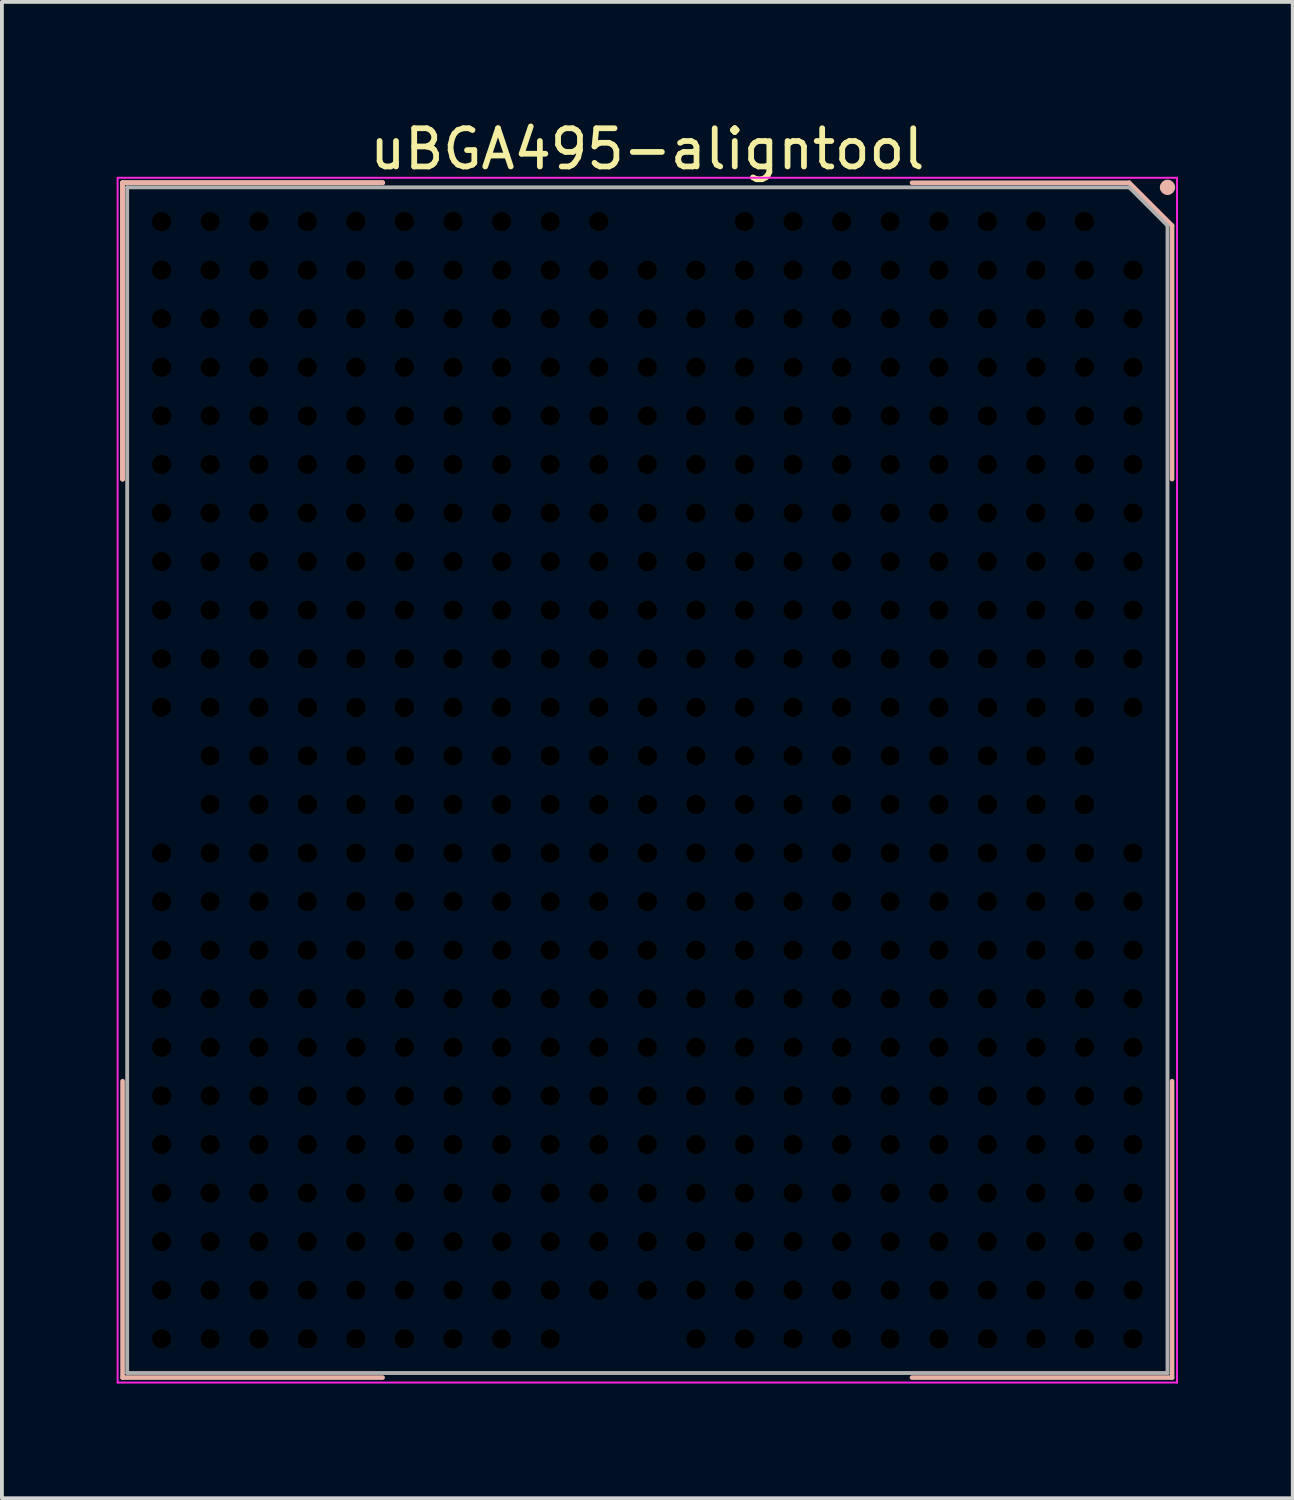
<source format=kicad_pcb>
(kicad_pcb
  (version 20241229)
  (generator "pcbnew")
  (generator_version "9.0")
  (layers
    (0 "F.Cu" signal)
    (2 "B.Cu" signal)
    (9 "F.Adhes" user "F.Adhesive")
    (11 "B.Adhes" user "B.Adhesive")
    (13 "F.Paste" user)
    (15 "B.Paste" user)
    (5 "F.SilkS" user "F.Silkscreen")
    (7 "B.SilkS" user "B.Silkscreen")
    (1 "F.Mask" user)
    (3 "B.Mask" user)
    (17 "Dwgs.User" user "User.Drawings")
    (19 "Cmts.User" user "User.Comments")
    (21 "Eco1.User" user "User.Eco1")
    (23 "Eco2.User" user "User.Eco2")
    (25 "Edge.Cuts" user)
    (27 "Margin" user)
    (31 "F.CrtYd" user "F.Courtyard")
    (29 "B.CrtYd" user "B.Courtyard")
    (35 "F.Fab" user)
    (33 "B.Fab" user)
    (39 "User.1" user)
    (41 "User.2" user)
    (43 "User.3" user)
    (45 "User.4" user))
  (footprint "uBGA495-aligntool"
    (layer "F.Cu")
    (at 13.875 15.808)
    (property "Reference" "uBGA495-aligntool" (at 0 -14.96 180) (layer "F.SilkS") (effects (font (size 1 1) (thickness 0.15))))
    (attr smd exclude_from_bom allow_missing_courtyard)
    (fp_line (start -13.72 -14.08) (end -13.72 -6.33) (stroke (width 0.12) (type solid)) (layer "B.SilkS"))
    (fp_line (start -13.72 -14.08) (end -13.72 -6.33) (stroke (width 0.12) (type solid)) (layer "B.SilkS"))
    (fp_line (start -13.72 -14.08) (end -13.72 -6.33) (stroke (width 0.12) (type solid)) (layer "B.SilkS"))
    (fp_line (start -13.72 17.16) (end -13.72 9.41) (stroke (width 0.12) (type solid)) (layer "B.SilkS"))
    (fp_line (start -6.92 -14.08) (end -13.72 -14.08) (stroke (width 0.12) (type solid)) (layer "B.SilkS"))
    (fp_line (start -6.92 -14.08) (end -13.72 -14.08) (stroke (width 0.12) (type solid)) (layer "B.SilkS"))
    (fp_line (start -6.92 -14.08) (end -13.72 -14.08) (stroke (width 0.12) (type solid)) (layer "B.SilkS"))
    (fp_line (start -6.92 17.16) (end -13.72 17.16) (stroke (width 0.12) (type solid)) (layer "B.SilkS"))
    (fp_line (start 6.92 -14.08) (end 12.6 -14.08) (stroke (width 0.12) (type solid)) (layer "B.SilkS"))
    (fp_line (start 6.92 17.16) (end 13.72 17.16) (stroke (width 0.12) (type solid)) (layer "B.SilkS"))
    (fp_line (start 12.6 -14.08) (end 13.72 -12.96) (stroke (width 0.12) (type solid)) (layer "B.SilkS"))
    (fp_line (start 13.72 -12.96) (end 13.72 -6.33) (stroke (width 0.12) (type solid)) (layer "B.SilkS"))
    (fp_line (start 13.72 17.16) (end 13.72 9.41) (stroke (width 0.12) (type solid)) (layer "B.SilkS"))
    (fp_circle (center 13.6 -13.96) (end 13.6 -13.86) (stroke (width 0.2) (type solid)) (fill no) (layer "B.SilkS"))
    (fp_line (start -13.85 -14.21) (end -13.85 17.29) (stroke (width 0.05) (type solid)) (layer "F.CrtYd"))
    (fp_line (start -13.85 17.29) (end 13.85 17.29) (stroke (width 0.05) (type solid)) (layer "F.CrtYd"))
    (fp_line (start 13.85 -14.21) (end -13.85 -14.21) (stroke (width 0.05) (type solid)) (layer "F.CrtYd"))
    (fp_line (start 13.85 17.29) (end 13.85 -14.21) (stroke (width 0.05) (type solid)) (layer "F.CrtYd"))
    (fp_line (start -13.6 -13.96) (end 12.6 -13.96) (stroke (width 0.1) (type solid)) (layer "F.Fab"))
    (fp_line (start -13.6 17.04) (end -13.6 -13.96) (stroke (width 0.1) (type solid)) (layer "F.Fab"))
    (fp_line (start 12.6 -13.96) (end 13.6 -12.96) (stroke (width 0.1) (type solid)) (layer "F.Fab"))
    (fp_line (start 13.6 -12.96) (end 13.6 17.04) (stroke (width 0.1) (type solid)) (layer "F.Fab"))
    (fp_line (start 13.6 17.04) (end -13.6 17.04) (stroke (width 0.1) (type solid)) (layer "F.Fab"))
    (pad "" np_thru_hole circle (at -12.7 -13.065) (size 0.5 0.5) (drill 0.7) (layers "*.Mask"))
    (pad "" np_thru_hole circle (at -12.7 -11.795) (size 0.5 0.5) (drill 0.7) (layers "*.Mask"))
    (pad "" np_thru_hole circle (at -12.7 -10.525) (size 0.5 0.5) (drill 0.7) (layers "*.Mask"))
    (pad "" np_thru_hole circle (at -12.7 -9.255) (size 0.5 0.5) (drill 0.7) (layers "*.Mask"))
    (pad "" np_thru_hole circle (at -12.7 -7.985) (size 0.5 0.5) (drill 0.7) (layers "*.Mask"))
    (pad "" np_thru_hole circle (at -12.7 -6.715) (size 0.5 0.5) (drill 0.7) (layers "*.Mask"))
    (pad "" np_thru_hole circle (at -12.7 -5.445) (size 0.5 0.5) (drill 0.7) (layers "*.Mask"))
    (pad "" np_thru_hole circle (at -12.7 -4.175) (size 0.5 0.5) (drill 0.7) (layers "*.Mask"))
    (pad "" np_thru_hole circle (at -12.7 -2.905) (size 0.5 0.5) (drill 0.7) (layers "*.Mask"))
    (pad "" np_thru_hole circle (at -12.7 -1.635) (size 0.5 0.5) (drill 0.7) (layers "*.Mask"))
    (pad "" np_thru_hole circle (at -12.7 -0.365) (size 0.5 0.5) (drill 0.7) (layers "*.Mask"))
    (pad "" np_thru_hole circle (at -12.7 3.445) (size 0.5 0.5) (drill 0.7) (layers "*.Mask"))
    (pad "" np_thru_hole circle (at -12.7 4.715) (size 0.5 0.5) (drill 0.7) (layers "*.Mask"))
    (pad "" np_thru_hole circle (at -12.7 5.985) (size 0.5 0.5) (drill 0.7) (layers "*.Mask"))
    (pad "" np_thru_hole circle (at -12.7 7.255) (size 0.5 0.5) (drill 0.7) (layers "*.Mask"))
    (pad "" np_thru_hole circle (at -12.7 8.525) (size 0.5 0.5) (drill 0.7) (layers "*.Mask"))
    (pad "" np_thru_hole circle (at -12.7 9.795) (size 0.5 0.5) (drill 0.7) (layers "*.Mask"))
    (pad "" np_thru_hole circle (at -12.7 11.065) (size 0.5 0.5) (drill 0.7) (layers "*.Mask"))
    (pad "" np_thru_hole circle (at -12.7 12.335) (size 0.5 0.5) (drill 0.7) (layers "*.Mask"))
    (pad "" np_thru_hole circle (at -12.7 13.605) (size 0.5 0.5) (drill 0.7) (layers "*.Mask"))
    (pad "" np_thru_hole circle (at -12.7 14.875) (size 0.5 0.5) (drill 0.7) (layers "*.Mask"))
    (pad "" np_thru_hole circle (at -12.7 16.145) (size 0.5 0.5) (drill 0.7) (layers "*.Mask"))
    (pad "" np_thru_hole circle (at -11.43 -13.065) (size 0.5 0.5) (drill 0.7) (layers "*.Mask"))
    (pad "" np_thru_hole circle (at -11.43 -11.795) (size 0.5 0.5) (drill 0.7) (layers "*.Mask"))
    (pad "" np_thru_hole circle (at -11.43 -10.525) (size 0.5 0.5) (drill 0.7) (layers "*.Mask"))
    (pad "" np_thru_hole circle (at -11.43 -9.255) (size 0.5 0.5) (drill 0.7) (layers "*.Mask"))
    (pad "" np_thru_hole circle (at -11.43 -7.985) (size 0.5 0.5) (drill 0.7) (layers "*.Mask"))
    (pad "" np_thru_hole circle (at -11.43 -6.715) (size 0.5 0.5) (drill 0.7) (layers "*.Mask"))
    (pad "" np_thru_hole circle (at -11.43 -5.445) (size 0.5 0.5) (drill 0.7) (layers "*.Mask"))
    (pad "" np_thru_hole circle (at -11.43 -4.175) (size 0.5 0.5) (drill 0.7) (layers "*.Mask"))
    (pad "" np_thru_hole circle (at -11.43 -2.905) (size 0.5 0.5) (drill 0.7) (layers "*.Mask"))
    (pad "" np_thru_hole circle (at -11.43 -1.635) (size 0.5 0.5) (drill 0.7) (layers "*.Mask"))
    (pad "" np_thru_hole circle (at -11.43 -0.365) (size 0.5 0.5) (drill 0.7) (layers "*.Mask"))
    (pad "" np_thru_hole circle (at -11.43 0.905) (size 0.5 0.5) (drill 0.7) (layers "*.Mask"))
    (pad "" np_thru_hole circle (at -11.43 2.175) (size 0.5 0.5) (drill 0.7) (layers "*.Mask"))
    (pad "" np_thru_hole circle (at -11.43 3.445) (size 0.5 0.5) (drill 0.7) (layers "*.Mask"))
    (pad "" np_thru_hole circle (at -11.43 4.715) (size 0.5 0.5) (drill 0.7) (layers "*.Mask"))
    (pad "" np_thru_hole circle (at -11.43 5.985) (size 0.5 0.5) (drill 0.7) (layers "*.Mask"))
    (pad "" np_thru_hole circle (at -11.43 7.255) (size 0.5 0.5) (drill 0.7) (layers "*.Mask"))
    (pad "" np_thru_hole circle (at -11.43 8.525) (size 0.5 0.5) (drill 0.7) (layers "*.Mask"))
    (pad "" np_thru_hole circle (at -11.43 9.795) (size 0.5 0.5) (drill 0.7) (layers "*.Mask"))
    (pad "" np_thru_hole circle (at -11.43 11.065) (size 0.5 0.5) (drill 0.7) (layers "*.Mask"))
    (pad "" np_thru_hole circle (at -11.43 12.335) (size 0.5 0.5) (drill 0.7) (layers "*.Mask"))
    (pad "" np_thru_hole circle (at -11.43 13.605) (size 0.5 0.5) (drill 0.7) (layers "*.Mask"))
    (pad "" np_thru_hole circle (at -11.43 14.875) (size 0.5 0.5) (drill 0.7) (layers "*.Mask"))
    (pad "" np_thru_hole circle (at -11.43 16.145) (size 0.5 0.5) (drill 0.7) (layers "*.Mask"))
    (pad "" np_thru_hole circle (at -10.16 -13.065) (size 0.5 0.5) (drill 0.7) (layers "*.Mask"))
    (pad "" np_thru_hole circle (at -10.16 -11.795) (size 0.5 0.5) (drill 0.7) (layers "*.Mask"))
    (pad "" np_thru_hole circle (at -10.16 -10.525) (size 0.5 0.5) (drill 0.7) (layers "*.Mask"))
    (pad "" np_thru_hole circle (at -10.16 -9.255) (size 0.5 0.5) (drill 0.7) (layers "*.Mask"))
    (pad "" np_thru_hole circle (at -10.16 -7.985) (size 0.5 0.5) (drill 0.7) (layers "*.Mask"))
    (pad "" np_thru_hole circle (at -10.16 -6.715) (size 0.5 0.5) (drill 0.7) (layers "*.Mask"))
    (pad "" np_thru_hole circle (at -10.16 -5.445) (size 0.5 0.5) (drill 0.7) (layers "*.Mask"))
    (pad "" np_thru_hole circle (at -10.16 -4.175) (size 0.5 0.5) (drill 0.7) (layers "*.Mask"))
    (pad "" np_thru_hole circle (at -10.16 -2.905) (size 0.5 0.5) (drill 0.7) (layers "*.Mask"))
    (pad "" np_thru_hole circle (at -10.16 -1.635) (size 0.5 0.5) (drill 0.7) (layers "*.Mask"))
    (pad "" np_thru_hole circle (at -10.16 -0.365) (size 0.5 0.5) (drill 0.7) (layers "*.Mask"))
    (pad "" np_thru_hole circle (at -10.16 0.905) (size 0.5 0.5) (drill 0.7) (layers "*.Mask"))
    (pad "" np_thru_hole circle (at -10.16 2.175) (size 0.5 0.5) (drill 0.7) (layers "*.Mask"))
    (pad "" np_thru_hole circle (at -10.16 3.445) (size 0.5 0.5) (drill 0.7) (layers "*.Mask"))
    (pad "" np_thru_hole circle (at -10.16 4.715) (size 0.5 0.5) (drill 0.7) (layers "*.Mask"))
    (pad "" np_thru_hole circle (at -10.16 5.985) (size 0.5 0.5) (drill 0.7) (layers "*.Mask"))
    (pad "" np_thru_hole circle (at -10.16 7.255) (size 0.5 0.5) (drill 0.7) (layers "*.Mask"))
    (pad "" np_thru_hole circle (at -10.16 8.525) (size 0.5 0.5) (drill 0.7) (layers "*.Mask"))
    (pad "" np_thru_hole circle (at -10.16 9.795) (size 0.5 0.5) (drill 0.7) (layers "*.Mask"))
    (pad "" np_thru_hole circle (at -10.16 11.065) (size 0.5 0.5) (drill 0.7) (layers "*.Mask"))
    (pad "" np_thru_hole circle (at -10.16 12.335) (size 0.5 0.5) (drill 0.7) (layers "*.Mask"))
    (pad "" np_thru_hole circle (at -10.16 13.605) (size 0.5 0.5) (drill 0.7) (layers "*.Mask"))
    (pad "" np_thru_hole circle (at -10.16 14.875) (size 0.5 0.5) (drill 0.7) (layers "*.Mask"))
    (pad "" np_thru_hole circle (at -10.16 16.145) (size 0.5 0.5) (drill 0.7) (layers "*.Mask"))
    (pad "" np_thru_hole circle (at -8.89 -13.065) (size 0.5 0.5) (drill 0.7) (layers "*.Mask"))
    (pad "" np_thru_hole circle (at -8.89 -11.795) (size 0.5 0.5) (drill 0.7) (layers "*.Mask"))
    (pad "" np_thru_hole circle (at -8.89 -10.525) (size 0.5 0.5) (drill 0.7) (layers "*.Mask"))
    (pad "" np_thru_hole circle (at -8.89 -9.255) (size 0.5 0.5) (drill 0.7) (layers "*.Mask"))
    (pad "" np_thru_hole circle (at -8.89 -7.985) (size 0.5 0.5) (drill 0.7) (layers "*.Mask"))
    (pad "" np_thru_hole circle (at -8.89 -6.715) (size 0.5 0.5) (drill 0.7) (layers "*.Mask"))
    (pad "" np_thru_hole circle (at -8.89 -5.445) (size 0.5 0.5) (drill 0.7) (layers "*.Mask"))
    (pad "" np_thru_hole circle (at -8.89 -4.175) (size 0.5 0.5) (drill 0.7) (layers "*.Mask"))
    (pad "" np_thru_hole circle (at -8.89 -2.905) (size 0.5 0.5) (drill 0.7) (layers "*.Mask"))
    (pad "" np_thru_hole circle (at -8.89 -1.635) (size 0.5 0.5) (drill 0.7) (layers "*.Mask"))
    (pad "" np_thru_hole circle (at -8.89 -0.365) (size 0.5 0.5) (drill 0.7) (layers "*.Mask"))
    (pad "" np_thru_hole circle (at -8.89 0.905) (size 0.5 0.5) (drill 0.7) (layers "*.Mask"))
    (pad "" np_thru_hole circle (at -8.89 2.175) (size 0.5 0.5) (drill 0.7) (layers "*.Mask"))
    (pad "" np_thru_hole circle (at -8.89 3.445) (size 0.5 0.5) (drill 0.7) (layers "*.Mask"))
    (pad "" np_thru_hole circle (at -8.89 4.715) (size 0.5 0.5) (drill 0.7) (layers "*.Mask"))
    (pad "" np_thru_hole circle (at -8.89 5.985) (size 0.5 0.5) (drill 0.7) (layers "*.Mask"))
    (pad "" np_thru_hole circle (at -8.89 7.255) (size 0.5 0.5) (drill 0.7) (layers "*.Mask"))
    (pad "" np_thru_hole circle (at -8.89 8.525) (size 0.5 0.5) (drill 0.7) (layers "*.Mask"))
    (pad "" np_thru_hole circle (at -8.89 9.795) (size 0.5 0.5) (drill 0.7) (layers "*.Mask"))
    (pad "" np_thru_hole circle (at -8.89 11.065) (size 0.5 0.5) (drill 0.7) (layers "*.Mask"))
    (pad "" np_thru_hole circle (at -8.89 12.335) (size 0.5 0.5) (drill 0.7) (layers "*.Mask"))
    (pad "" np_thru_hole circle (at -8.89 13.605) (size 0.5 0.5) (drill 0.7) (layers "*.Mask"))
    (pad "" np_thru_hole circle (at -8.89 14.875) (size 0.5 0.5) (drill 0.7) (layers "*.Mask"))
    (pad "" np_thru_hole circle (at -8.89 16.145) (size 0.5 0.5) (drill 0.7) (layers "*.Mask"))
    (pad "" np_thru_hole circle (at -7.62 -13.065) (size 0.5 0.5) (drill 0.7) (layers "*.Mask"))
    (pad "" np_thru_hole circle (at -7.62 -11.795) (size 0.5 0.5) (drill 0.7) (layers "*.Mask"))
    (pad "" np_thru_hole circle (at -7.62 -10.525) (size 0.5 0.5) (drill 0.7) (layers "*.Mask"))
    (pad "" np_thru_hole circle (at -7.62 -9.255) (size 0.5 0.5) (drill 0.7) (layers "*.Mask"))
    (pad "" np_thru_hole circle (at -7.62 -7.985) (size 0.5 0.5) (drill 0.7) (layers "*.Mask"))
    (pad "" np_thru_hole circle (at -7.62 -6.715) (size 0.5 0.5) (drill 0.7) (layers "*.Mask"))
    (pad "" np_thru_hole circle (at -7.62 -5.445) (size 0.5 0.5) (drill 0.7) (layers "*.Mask"))
    (pad "" np_thru_hole circle (at -7.62 -4.175) (size 0.5 0.5) (drill 0.7) (layers "*.Mask"))
    (pad "" np_thru_hole circle (at -7.62 -2.905) (size 0.5 0.5) (drill 0.7) (layers "*.Mask"))
    (pad "" np_thru_hole circle (at -7.62 -1.635) (size 0.5 0.5) (drill 0.7) (layers "*.Mask"))
    (pad "" np_thru_hole circle (at -7.62 -0.365) (size 0.5 0.5) (drill 0.7) (layers "*.Mask"))
    (pad "" np_thru_hole circle (at -7.62 0.905) (size 0.5 0.5) (drill 0.7) (layers "*.Mask"))
    (pad "" np_thru_hole circle (at -7.62 2.175) (size 0.5 0.5) (drill 0.7) (layers "*.Mask"))
    (pad "" np_thru_hole circle (at -7.62 3.445) (size 0.5 0.5) (drill 0.7) (layers "*.Mask"))
    (pad "" np_thru_hole circle (at -7.62 4.715) (size 0.5 0.5) (drill 0.7) (layers "*.Mask"))
    (pad "" np_thru_hole circle (at -7.62 5.985) (size 0.5 0.5) (drill 0.7) (layers "*.Mask"))
    (pad "" np_thru_hole circle (at -7.62 7.255) (size 0.5 0.5) (drill 0.7) (layers "*.Mask"))
    (pad "" np_thru_hole circle (at -7.62 8.525) (size 0.5 0.5) (drill 0.7) (layers "*.Mask"))
    (pad "" np_thru_hole circle (at -7.62 9.795) (size 0.5 0.5) (drill 0.7) (layers "*.Mask"))
    (pad "" np_thru_hole circle (at -7.62 11.065) (size 0.5 0.5) (drill 0.7) (layers "*.Mask"))
    (pad "" np_thru_hole circle (at -7.62 12.335) (size 0.5 0.5) (drill 0.7) (layers "*.Mask"))
    (pad "" np_thru_hole circle (at -7.62 13.605) (size 0.5 0.5) (drill 0.7) (layers "*.Mask"))
    (pad "" np_thru_hole circle (at -7.62 14.875) (size 0.5 0.5) (drill 0.7) (layers "*.Mask"))
    (pad "" np_thru_hole circle (at -7.62 16.145) (size 0.5 0.5) (drill 0.7) (layers "*.Mask"))
    (pad "" np_thru_hole circle (at -6.35 -13.065) (size 0.5 0.5) (drill 0.7) (layers "*.Mask"))
    (pad "" np_thru_hole circle (at -6.35 -11.795) (size 0.5 0.5) (drill 0.7) (layers "*.Mask"))
    (pad "" np_thru_hole circle (at -6.35 -10.525) (size 0.5 0.5) (drill 0.7) (layers "*.Mask"))
    (pad "" np_thru_hole circle (at -6.35 -9.255) (size 0.5 0.5) (drill 0.7) (layers "*.Mask"))
    (pad "" np_thru_hole circle (at -6.35 -7.985) (size 0.5 0.5) (drill 0.7) (layers "*.Mask"))
    (pad "" np_thru_hole circle (at -6.35 -6.715) (size 0.5 0.5) (drill 0.7) (layers "*.Mask"))
    (pad "" np_thru_hole circle (at -6.35 -5.445) (size 0.5 0.5) (drill 0.7) (layers "*.Mask"))
    (pad "" np_thru_hole circle (at -6.35 -4.175) (size 0.5 0.5) (drill 0.7) (layers "*.Mask"))
    (pad "" np_thru_hole circle (at -6.35 -2.905) (size 0.5 0.5) (drill 0.7) (layers "*.Mask"))
    (pad "" np_thru_hole circle (at -6.35 -1.635) (size 0.5 0.5) (drill 0.7) (layers "*.Mask"))
    (pad "" np_thru_hole circle (at -6.35 -0.365) (size 0.5 0.5) (drill 0.7) (layers "*.Mask"))
    (pad "" np_thru_hole circle (at -6.35 0.905) (size 0.5 0.5) (drill 0.7) (layers "*.Mask"))
    (pad "" np_thru_hole circle (at -6.35 2.175) (size 0.5 0.5) (drill 0.7) (layers "*.Mask"))
    (pad "" np_thru_hole circle (at -6.35 3.445) (size 0.5 0.5) (drill 0.7) (layers "*.Mask"))
    (pad "" np_thru_hole circle (at -6.35 4.715) (size 0.5 0.5) (drill 0.7) (layers "*.Mask"))
    (pad "" np_thru_hole circle (at -6.35 5.985) (size 0.5 0.5) (drill 0.7) (layers "*.Mask"))
    (pad "" np_thru_hole circle (at -6.35 7.255) (size 0.5 0.5) (drill 0.7) (layers "*.Mask"))
    (pad "" np_thru_hole circle (at -6.35 8.525) (size 0.5 0.5) (drill 0.7) (layers "*.Mask"))
    (pad "" np_thru_hole circle (at -6.35 9.795) (size 0.5 0.5) (drill 0.7) (layers "*.Mask"))
    (pad "" np_thru_hole circle (at -6.35 11.065) (size 0.5 0.5) (drill 0.7) (layers "*.Mask"))
    (pad "" np_thru_hole circle (at -6.35 12.335) (size 0.5 0.5) (drill 0.7) (layers "*.Mask"))
    (pad "" np_thru_hole circle (at -6.35 13.605) (size 0.5 0.5) (drill 0.7) (layers "*.Mask"))
    (pad "" np_thru_hole circle (at -6.35 14.875) (size 0.5 0.5) (drill 0.7) (layers "*.Mask"))
    (pad "" np_thru_hole circle (at -6.35 16.145) (size 0.5 0.5) (drill 0.7) (layers "*.Mask"))
    (pad "" np_thru_hole circle (at -5.08 -13.065) (size 0.5 0.5) (drill 0.7) (layers "*.Mask"))
    (pad "" np_thru_hole circle (at -5.08 -11.795) (size 0.5 0.5) (drill 0.7) (layers "*.Mask"))
    (pad "" np_thru_hole circle (at -5.08 -10.525) (size 0.5 0.5) (drill 0.7) (layers "*.Mask"))
    (pad "" np_thru_hole circle (at -5.08 -9.255) (size 0.5 0.5) (drill 0.7) (layers "*.Mask"))
    (pad "" np_thru_hole circle (at -5.08 -7.985) (size 0.5 0.5) (drill 0.7) (layers "*.Mask"))
    (pad "" np_thru_hole circle (at -5.08 -6.715) (size 0.5 0.5) (drill 0.7) (layers "*.Mask"))
    (pad "" np_thru_hole circle (at -5.08 -5.445) (size 0.5 0.5) (drill 0.7) (layers "*.Mask"))
    (pad "" np_thru_hole circle (at -5.08 -4.175) (size 0.5 0.5) (drill 0.7) (layers "*.Mask"))
    (pad "" np_thru_hole circle (at -5.08 -2.905) (size 0.5 0.5) (drill 0.7) (layers "*.Mask"))
    (pad "" np_thru_hole circle (at -5.08 -1.635) (size 0.5 0.5) (drill 0.7) (layers "*.Mask"))
    (pad "" np_thru_hole circle (at -5.08 -0.365) (size 0.5 0.5) (drill 0.7) (layers "*.Mask"))
    (pad "" np_thru_hole circle (at -5.08 0.905) (size 0.5 0.5) (drill 0.7) (layers "*.Mask"))
    (pad "" np_thru_hole circle (at -5.08 2.175) (size 0.5 0.5) (drill 0.7) (layers "*.Mask"))
    (pad "" np_thru_hole circle (at -5.08 3.445) (size 0.5 0.5) (drill 0.7) (layers "*.Mask"))
    (pad "" np_thru_hole circle (at -5.08 4.715) (size 0.5 0.5) (drill 0.7) (layers "*.Mask"))
    (pad "" np_thru_hole circle (at -5.08 5.985) (size 0.5 0.5) (drill 0.7) (layers "*.Mask"))
    (pad "" np_thru_hole circle (at -5.08 7.255) (size 0.5 0.5) (drill 0.7) (layers "*.Mask"))
    (pad "" np_thru_hole circle (at -5.08 8.525) (size 0.5 0.5) (drill 0.7) (layers "*.Mask"))
    (pad "" np_thru_hole circle (at -5.08 9.795) (size 0.5 0.5) (drill 0.7) (layers "*.Mask"))
    (pad "" np_thru_hole circle (at -5.08 11.065) (size 0.5 0.5) (drill 0.7) (layers "*.Mask"))
    (pad "" np_thru_hole circle (at -5.08 12.335) (size 0.5 0.5) (drill 0.7) (layers "*.Mask"))
    (pad "" np_thru_hole circle (at -5.08 13.605) (size 0.5 0.5) (drill 0.7) (layers "*.Mask"))
    (pad "" np_thru_hole circle (at -5.08 14.875) (size 0.5 0.5) (drill 0.7) (layers "*.Mask"))
    (pad "" np_thru_hole circle (at -5.08 16.145) (size 0.5 0.5) (drill 0.7) (layers "*.Mask"))
    (pad "" np_thru_hole circle (at -3.81 -13.065) (size 0.5 0.5) (drill 0.7) (layers "*.Mask"))
    (pad "" np_thru_hole circle (at -3.81 -11.795) (size 0.5 0.5) (drill 0.7) (layers "*.Mask"))
    (pad "" np_thru_hole circle (at -3.81 -10.525) (size 0.5 0.5) (drill 0.7) (layers "*.Mask"))
    (pad "" np_thru_hole circle (at -3.81 -9.255) (size 0.5 0.5) (drill 0.7) (layers "*.Mask"))
    (pad "" np_thru_hole circle (at -3.81 -7.985) (size 0.5 0.5) (drill 0.7) (layers "*.Mask"))
    (pad "" np_thru_hole circle (at -3.81 -6.715) (size 0.5 0.5) (drill 0.7) (layers "*.Mask"))
    (pad "" np_thru_hole circle (at -3.81 -5.445) (size 0.5 0.5) (drill 0.7) (layers "*.Mask"))
    (pad "" np_thru_hole circle (at -3.81 -4.175) (size 0.5 0.5) (drill 0.7) (layers "*.Mask"))
    (pad "" np_thru_hole circle (at -3.81 -2.905) (size 0.5 0.5) (drill 0.7) (layers "*.Mask"))
    (pad "" np_thru_hole circle (at -3.81 -1.635) (size 0.5 0.5) (drill 0.7) (layers "*.Mask"))
    (pad "" np_thru_hole circle (at -3.81 -0.365) (size 0.5 0.5) (drill 0.7) (layers "*.Mask"))
    (pad "" np_thru_hole circle (at -3.81 0.905) (size 0.5 0.5) (drill 0.7) (layers "*.Mask"))
    (pad "" np_thru_hole circle (at -3.81 2.175) (size 0.5 0.5) (drill 0.7) (layers "*.Mask"))
    (pad "" np_thru_hole circle (at -3.81 3.445) (size 0.5 0.5) (drill 0.7) (layers "*.Mask"))
    (pad "" np_thru_hole circle (at -3.81 4.715) (size 0.5 0.5) (drill 0.7) (layers "*.Mask"))
    (pad "" np_thru_hole circle (at -3.81 5.985) (size 0.5 0.5) (drill 0.7) (layers "*.Mask"))
    (pad "" np_thru_hole circle (at -3.81 7.255) (size 0.5 0.5) (drill 0.7) (layers "*.Mask"))
    (pad "" np_thru_hole circle (at -3.81 8.525) (size 0.5 0.5) (drill 0.7) (layers "*.Mask"))
    (pad "" np_thru_hole circle (at -3.81 9.795) (size 0.5 0.5) (drill 0.7) (layers "*.Mask"))
    (pad "" np_thru_hole circle (at -3.81 11.065) (size 0.5 0.5) (drill 0.7) (layers "*.Mask"))
    (pad "" np_thru_hole circle (at -3.81 12.335) (size 0.5 0.5) (drill 0.7) (layers "*.Mask"))
    (pad "" np_thru_hole circle (at -3.81 13.605) (size 0.5 0.5) (drill 0.7) (layers "*.Mask"))
    (pad "" np_thru_hole circle (at -3.81 14.875) (size 0.5 0.5) (drill 0.7) (layers "*.Mask"))
    (pad "" np_thru_hole circle (at -3.81 16.145) (size 0.5 0.5) (drill 0.7) (layers "*.Mask"))
    (pad "" np_thru_hole circle (at -2.54 -13.065) (size 0.5 0.5) (drill 0.7) (layers "*.Mask"))
    (pad "" np_thru_hole circle (at -2.54 -11.795) (size 0.5 0.5) (drill 0.7) (layers "*.Mask"))
    (pad "" np_thru_hole circle (at -2.54 -10.525) (size 0.5 0.5) (drill 0.7) (layers "*.Mask"))
    (pad "" np_thru_hole circle (at -2.54 -9.255) (size 0.5 0.5) (drill 0.7) (layers "*.Mask"))
    (pad "" np_thru_hole circle (at -2.54 -7.985) (size 0.5 0.5) (drill 0.7) (layers "*.Mask"))
    (pad "" np_thru_hole circle (at -2.54 -6.715) (size 0.5 0.5) (drill 0.7) (layers "*.Mask"))
    (pad "" np_thru_hole circle (at -2.54 -5.445) (size 0.5 0.5) (drill 0.7) (layers "*.Mask"))
    (pad "" np_thru_hole circle (at -2.54 -4.175) (size 0.5 0.5) (drill 0.7) (layers "*.Mask"))
    (pad "" np_thru_hole circle (at -2.54 -2.905) (size 0.5 0.5) (drill 0.7) (layers "*.Mask"))
    (pad "" np_thru_hole circle (at -2.54 -1.635) (size 0.5 0.5) (drill 0.7) (layers "*.Mask"))
    (pad "" np_thru_hole circle (at -2.54 -0.365) (size 0.5 0.5) (drill 0.7) (layers "*.Mask"))
    (pad "" np_thru_hole circle (at -2.54 0.905) (size 0.5 0.5) (drill 0.7) (layers "*.Mask"))
    (pad "" np_thru_hole circle (at -2.54 2.175) (size 0.5 0.5) (drill 0.7) (layers "*.Mask"))
    (pad "" np_thru_hole circle (at -2.54 3.445) (size 0.5 0.5) (drill 0.7) (layers "*.Mask"))
    (pad "" np_thru_hole circle (at -2.54 4.715) (size 0.5 0.5) (drill 0.7) (layers "*.Mask"))
    (pad "" np_thru_hole circle (at -2.54 5.985) (size 0.5 0.5) (drill 0.7) (layers "*.Mask"))
    (pad "" np_thru_hole circle (at -2.54 7.255) (size 0.5 0.5) (drill 0.7) (layers "*.Mask"))
    (pad "" np_thru_hole circle (at -2.54 8.525) (size 0.5 0.5) (drill 0.7) (layers "*.Mask"))
    (pad "" np_thru_hole circle (at -2.54 9.795) (size 0.5 0.5) (drill 0.7) (layers "*.Mask"))
    (pad "" np_thru_hole circle (at -2.54 11.065) (size 0.5 0.5) (drill 0.7) (layers "*.Mask"))
    (pad "" np_thru_hole circle (at -2.54 12.335) (size 0.5 0.5) (drill 0.7) (layers "*.Mask"))
    (pad "" np_thru_hole circle (at -2.54 13.605) (size 0.5 0.5) (drill 0.7) (layers "*.Mask"))
    (pad "" np_thru_hole circle (at -2.54 14.875) (size 0.5 0.5) (drill 0.7) (layers "*.Mask"))
    (pad "" np_thru_hole circle (at -2.54 16.145) (size 0.5 0.5) (drill 0.7) (layers "*.Mask"))
    (pad "" np_thru_hole circle (at -1.27 -13.065) (size 0.5 0.5) (drill 0.7) (layers "*.Mask"))
    (pad "" np_thru_hole circle (at -1.27 -11.795) (size 0.5 0.5) (drill 0.7) (layers "*.Mask"))
    (pad "" np_thru_hole circle (at -1.27 -10.525) (size 0.5 0.5) (drill 0.7) (layers "*.Mask"))
    (pad "" np_thru_hole circle (at -1.27 -9.255) (size 0.5 0.5) (drill 0.7) (layers "*.Mask"))
    (pad "" np_thru_hole circle (at -1.27 -7.985) (size 0.5 0.5) (drill 0.7) (layers "*.Mask"))
    (pad "" np_thru_hole circle (at -1.27 -6.715) (size 0.5 0.5) (drill 0.7) (layers "*.Mask"))
    (pad "" np_thru_hole circle (at -1.27 -5.445) (size 0.5 0.5) (drill 0.7) (layers "*.Mask"))
    (pad "" np_thru_hole circle (at -1.27 -4.175) (size 0.5 0.5) (drill 0.7) (layers "*.Mask"))
    (pad "" np_thru_hole circle (at -1.27 -2.905) (size 0.5 0.5) (drill 0.7) (layers "*.Mask"))
    (pad "" np_thru_hole circle (at -1.27 -1.635) (size 0.5 0.5) (drill 0.7) (layers "*.Mask"))
    (pad "" np_thru_hole circle (at -1.27 -0.365) (size 0.5 0.5) (drill 0.7) (layers "*.Mask"))
    (pad "" np_thru_hole circle (at -1.27 0.905) (size 0.5 0.5) (drill 0.7) (layers "*.Mask"))
    (pad "" np_thru_hole circle (at -1.27 2.175) (size 0.5 0.5) (drill 0.7) (layers "*.Mask"))
    (pad "" np_thru_hole circle (at -1.27 3.445) (size 0.5 0.5) (drill 0.7) (layers "*.Mask"))
    (pad "" np_thru_hole circle (at -1.27 4.715) (size 0.5 0.5) (drill 0.7) (layers "*.Mask"))
    (pad "" np_thru_hole circle (at -1.27 5.985) (size 0.5 0.5) (drill 0.7) (layers "*.Mask"))
    (pad "" np_thru_hole circle (at -1.27 7.255) (size 0.5 0.5) (drill 0.7) (layers "*.Mask"))
    (pad "" np_thru_hole circle (at -1.27 8.525) (size 0.5 0.5) (drill 0.7) (layers "*.Mask"))
    (pad "" np_thru_hole circle (at -1.27 9.795) (size 0.5 0.5) (drill 0.7) (layers "*.Mask"))
    (pad "" np_thru_hole circle (at -1.27 11.065) (size 0.5 0.5) (drill 0.7) (layers "*.Mask"))
    (pad "" np_thru_hole circle (at -1.27 12.335) (size 0.5 0.5) (drill 0.7) (layers "*.Mask"))
    (pad "" np_thru_hole circle (at -1.27 13.605) (size 0.5 0.5) (drill 0.7) (layers "*.Mask"))
    (pad "" np_thru_hole circle (at -1.27 14.875) (size 0.5 0.5) (drill 0.7) (layers "*.Mask"))
    (pad "" np_thru_hole circle (at 0 -11.795) (size 0.5 0.5) (drill 0.7) (layers "*.Mask"))
    (pad "" np_thru_hole circle (at 0 -10.525) (size 0.5 0.5) (drill 0.7) (layers "*.Mask"))
    (pad "" np_thru_hole circle (at 0 -9.255) (size 0.5 0.5) (drill 0.7) (layers "*.Mask"))
    (pad "" np_thru_hole circle (at 0 -7.985) (size 0.5 0.5) (drill 0.7) (layers "*.Mask"))
    (pad "" np_thru_hole circle (at 0 -6.715) (size 0.5 0.5) (drill 0.7) (layers "*.Mask"))
    (pad "" np_thru_hole circle (at 0 -5.445) (size 0.5 0.5) (drill 0.7) (layers "*.Mask"))
    (pad "" np_thru_hole circle (at 0 -4.175) (size 0.5 0.5) (drill 0.7) (layers "*.Mask"))
    (pad "" np_thru_hole circle (at 0 -2.905) (size 0.5 0.5) (drill 0.7) (layers "*.Mask"))
    (pad "" np_thru_hole circle (at 0 -1.635) (size 0.5 0.5) (drill 0.7) (layers "*.Mask"))
    (pad "" np_thru_hole circle (at 0 -0.365) (size 0.5 0.5) (drill 0.7) (layers "*.Mask"))
    (pad "" np_thru_hole circle (at 0 0.905) (size 0.5 0.5) (drill 0.7) (layers "*.Mask"))
    (pad "" np_thru_hole circle (at 0 2.175) (size 0.5 0.5) (drill 0.7) (layers "*.Mask"))
    (pad "" np_thru_hole circle (at 0 3.445) (size 0.5 0.5) (drill 0.7) (layers "*.Mask"))
    (pad "" np_thru_hole circle (at 0 4.715) (size 0.5 0.5) (drill 0.7) (layers "*.Mask"))
    (pad "" np_thru_hole circle (at 0 5.985) (size 0.5 0.5) (drill 0.7) (layers "*.Mask"))
    (pad "" np_thru_hole circle (at 0 7.255) (size 0.5 0.5) (drill 0.7) (layers "*.Mask"))
    (pad "" np_thru_hole circle (at 0 8.525) (size 0.5 0.5) (drill 0.7) (layers "*.Mask"))
    (pad "" np_thru_hole circle (at 0 9.795) (size 0.5 0.5) (drill 0.7) (layers "*.Mask"))
    (pad "" np_thru_hole circle (at 0 11.065) (size 0.5 0.5) (drill 0.7) (layers "*.Mask"))
    (pad "" np_thru_hole circle (at 0 12.335) (size 0.5 0.5) (drill 0.7) (layers "*.Mask"))
    (pad "" np_thru_hole circle (at 0 13.605) (size 0.5 0.5) (drill 0.7) (layers "*.Mask"))
    (pad "" np_thru_hole circle (at 0 14.875) (size 0.5 0.5) (drill 0.7) (layers "*.Mask"))
    (pad "" np_thru_hole circle (at 1.27 -11.795) (size 0.5 0.5) (drill 0.7) (layers "*.Mask"))
    (pad "" np_thru_hole circle (at 1.27 -10.525) (size 0.5 0.5) (drill 0.7) (layers "*.Mask"))
    (pad "" np_thru_hole circle (at 1.27 -9.255) (size 0.5 0.5) (drill 0.7) (layers "*.Mask"))
    (pad "" np_thru_hole circle (at 1.27 -7.985) (size 0.5 0.5) (drill 0.7) (layers "*.Mask"))
    (pad "" np_thru_hole circle (at 1.27 -6.715) (size 0.5 0.5) (drill 0.7) (layers "*.Mask"))
    (pad "" np_thru_hole circle (at 1.27 -5.445) (size 0.5 0.5) (drill 0.7) (layers "*.Mask"))
    (pad "" np_thru_hole circle (at 1.27 -4.175) (size 0.5 0.5) (drill 0.7) (layers "*.Mask"))
    (pad "" np_thru_hole circle (at 1.27 -2.905) (size 0.5 0.5) (drill 0.7) (layers "*.Mask"))
    (pad "" np_thru_hole circle (at 1.27 -1.635) (size 0.5 0.5) (drill 0.7) (layers "*.Mask"))
    (pad "" np_thru_hole circle (at 1.27 -0.365) (size 0.5 0.5) (drill 0.7) (layers "*.Mask"))
    (pad "" np_thru_hole circle (at 1.27 0.905) (size 0.5 0.5) (drill 0.7) (layers "*.Mask"))
    (pad "" np_thru_hole circle (at 1.27 2.175) (size 0.5 0.5) (drill 0.7) (layers "*.Mask"))
    (pad "" np_thru_hole circle (at 1.27 3.445) (size 0.5 0.5) (drill 0.7) (layers "*.Mask"))
    (pad "" np_thru_hole circle (at 1.27 4.715) (size 0.5 0.5) (drill 0.7) (layers "*.Mask"))
    (pad "" np_thru_hole circle (at 1.27 5.985) (size 0.5 0.5) (drill 0.7) (layers "*.Mask"))
    (pad "" np_thru_hole circle (at 1.27 7.255) (size 0.5 0.5) (drill 0.7) (layers "*.Mask"))
    (pad "" np_thru_hole circle (at 1.27 8.525) (size 0.5 0.5) (drill 0.7) (layers "*.Mask"))
    (pad "" np_thru_hole circle (at 1.27 9.795) (size 0.5 0.5) (drill 0.7) (layers "*.Mask"))
    (pad "" np_thru_hole circle (at 1.27 11.065) (size 0.5 0.5) (drill 0.7) (layers "*.Mask"))
    (pad "" np_thru_hole circle (at 1.27 12.335) (size 0.5 0.5) (drill 0.7) (layers "*.Mask"))
    (pad "" np_thru_hole circle (at 1.27 13.605) (size 0.5 0.5) (drill 0.7) (layers "*.Mask"))
    (pad "" np_thru_hole circle (at 1.27 14.875) (size 0.5 0.5) (drill 0.7) (layers "*.Mask"))
    (pad "" np_thru_hole circle (at 1.27 16.145) (size 0.5 0.5) (drill 0.7) (layers "*.Mask"))
    (pad "" np_thru_hole circle (at 2.54 -13.065) (size 0.5 0.5) (drill 0.7) (layers "*.Mask"))
    (pad "" np_thru_hole circle (at 2.54 -11.795) (size 0.5 0.5) (drill 0.7) (layers "*.Mask"))
    (pad "" np_thru_hole circle (at 2.54 -10.525) (size 0.5 0.5) (drill 0.7) (layers "*.Mask"))
    (pad "" np_thru_hole circle (at 2.54 -9.255) (size 0.5 0.5) (drill 0.7) (layers "*.Mask"))
    (pad "" np_thru_hole circle (at 2.54 -7.985) (size 0.5 0.5) (drill 0.7) (layers "*.Mask"))
    (pad "" np_thru_hole circle (at 2.54 -6.715) (size 0.5 0.5) (drill 0.7) (layers "*.Mask"))
    (pad "" np_thru_hole circle (at 2.54 -5.445) (size 0.5 0.5) (drill 0.7) (layers "*.Mask"))
    (pad "" np_thru_hole circle (at 2.54 -4.175) (size 0.5 0.5) (drill 0.7) (layers "*.Mask"))
    (pad "" np_thru_hole circle (at 2.54 -2.905) (size 0.5 0.5) (drill 0.7) (layers "*.Mask"))
    (pad "" np_thru_hole circle (at 2.54 -1.635) (size 0.5 0.5) (drill 0.7) (layers "*.Mask"))
    (pad "" np_thru_hole circle (at 2.54 -0.365) (size 0.5 0.5) (drill 0.7) (layers "*.Mask"))
    (pad "" np_thru_hole circle (at 2.54 0.905) (size 0.5 0.5) (drill 0.7) (layers "*.Mask"))
    (pad "" np_thru_hole circle (at 2.54 2.175) (size 0.5 0.5) (drill 0.7) (layers "*.Mask"))
    (pad "" np_thru_hole circle (at 2.54 3.445) (size 0.5 0.5) (drill 0.7) (layers "*.Mask"))
    (pad "" np_thru_hole circle (at 2.54 4.715) (size 0.5 0.5) (drill 0.7) (layers "*.Mask"))
    (pad "" np_thru_hole circle (at 2.54 5.985) (size 0.5 0.5) (drill 0.7) (layers "*.Mask"))
    (pad "" np_thru_hole circle (at 2.54 7.255) (size 0.5 0.5) (drill 0.7) (layers "*.Mask"))
    (pad "" np_thru_hole circle (at 2.54 8.525) (size 0.5 0.5) (drill 0.7) (layers "*.Mask"))
    (pad "" np_thru_hole circle (at 2.54 9.795) (size 0.5 0.5) (drill 0.7) (layers "*.Mask"))
    (pad "" np_thru_hole circle (at 2.54 11.065) (size 0.5 0.5) (drill 0.7) (layers "*.Mask"))
    (pad "" np_thru_hole circle (at 2.54 12.335) (size 0.5 0.5) (drill 0.7) (layers "*.Mask"))
    (pad "" np_thru_hole circle (at 2.54 13.605) (size 0.5 0.5) (drill 0.7) (layers "*.Mask"))
    (pad "" np_thru_hole circle (at 2.54 14.875) (size 0.5 0.5) (drill 0.7) (layers "*.Mask"))
    (pad "" np_thru_hole circle (at 2.54 16.145) (size 0.5 0.5) (drill 0.7) (layers "*.Mask"))
    (pad "" np_thru_hole circle (at 3.81 -13.065) (size 0.5 0.5) (drill 0.7) (layers "*.Mask"))
    (pad "" np_thru_hole circle (at 3.81 -11.795) (size 0.5 0.5) (drill 0.7) (layers "*.Mask"))
    (pad "" np_thru_hole circle (at 3.81 -10.525) (size 0.5 0.5) (drill 0.7) (layers "*.Mask"))
    (pad "" np_thru_hole circle (at 3.81 -9.255) (size 0.5 0.5) (drill 0.7) (layers "*.Mask"))
    (pad "" np_thru_hole circle (at 3.81 -7.985) (size 0.5 0.5) (drill 0.7) (layers "*.Mask"))
    (pad "" np_thru_hole circle (at 3.81 -6.715) (size 0.5 0.5) (drill 0.7) (layers "*.Mask"))
    (pad "" np_thru_hole circle (at 3.81 -5.445) (size 0.5 0.5) (drill 0.7) (layers "*.Mask"))
    (pad "" np_thru_hole circle (at 3.81 -4.175) (size 0.5 0.5) (drill 0.7) (layers "*.Mask"))
    (pad "" np_thru_hole circle (at 3.81 -2.905) (size 0.5 0.5) (drill 0.7) (layers "*.Mask"))
    (pad "" np_thru_hole circle (at 3.81 -1.635) (size 0.5 0.5) (drill 0.7) (layers "*.Mask"))
    (pad "" np_thru_hole circle (at 3.81 -0.365) (size 0.5 0.5) (drill 0.7) (layers "*.Mask"))
    (pad "" np_thru_hole circle (at 3.81 0.905) (size 0.5 0.5) (drill 0.7) (layers "*.Mask"))
    (pad "" np_thru_hole circle (at 3.81 2.175) (size 0.5 0.5) (drill 0.7) (layers "*.Mask"))
    (pad "" np_thru_hole circle (at 3.81 3.445) (size 0.5 0.5) (drill 0.7) (layers "*.Mask"))
    (pad "" np_thru_hole circle (at 3.81 4.715) (size 0.5 0.5) (drill 0.7) (layers "*.Mask"))
    (pad "" np_thru_hole circle (at 3.81 5.985) (size 0.5 0.5) (drill 0.7) (layers "*.Mask"))
    (pad "" np_thru_hole circle (at 3.81 7.255) (size 0.5 0.5) (drill 0.7) (layers "*.Mask"))
    (pad "" np_thru_hole circle (at 3.81 8.525) (size 0.5 0.5) (drill 0.7) (layers "*.Mask"))
    (pad "" np_thru_hole circle (at 3.81 9.795) (size 0.5 0.5) (drill 0.7) (layers "*.Mask"))
    (pad "" np_thru_hole circle (at 3.81 11.065) (size 0.5 0.5) (drill 0.7) (layers "*.Mask"))
    (pad "" np_thru_hole circle (at 3.81 12.335) (size 0.5 0.5) (drill 0.7) (layers "*.Mask"))
    (pad "" np_thru_hole circle (at 3.81 13.605) (size 0.5 0.5) (drill 0.7) (layers "*.Mask"))
    (pad "" np_thru_hole circle (at 3.81 14.875) (size 0.5 0.5) (drill 0.7) (layers "*.Mask"))
    (pad "" np_thru_hole circle (at 3.81 16.145) (size 0.5 0.5) (drill 0.7) (layers "*.Mask"))
    (pad "" np_thru_hole circle (at 5.08 -13.065) (size 0.5 0.5) (drill 0.7) (layers "*.Mask"))
    (pad "" np_thru_hole circle (at 5.08 -11.795) (size 0.5 0.5) (drill 0.7) (layers "*.Mask"))
    (pad "" np_thru_hole circle (at 5.08 -10.525) (size 0.5 0.5) (drill 0.7) (layers "*.Mask"))
    (pad "" np_thru_hole circle (at 5.08 -9.255) (size 0.5 0.5) (drill 0.7) (layers "*.Mask"))
    (pad "" np_thru_hole circle (at 5.08 -7.985) (size 0.5 0.5) (drill 0.7) (layers "*.Mask"))
    (pad "" np_thru_hole circle (at 5.08 -6.715) (size 0.5 0.5) (drill 0.7) (layers "*.Mask"))
    (pad "" np_thru_hole circle (at 5.08 -5.445) (size 0.5 0.5) (drill 0.7) (layers "*.Mask"))
    (pad "" np_thru_hole circle (at 5.08 -4.175) (size 0.5 0.5) (drill 0.7) (layers "*.Mask"))
    (pad "" np_thru_hole circle (at 5.08 -2.905) (size 0.5 0.5) (drill 0.7) (layers "*.Mask"))
    (pad "" np_thru_hole circle (at 5.08 -1.635) (size 0.5 0.5) (drill 0.7) (layers "*.Mask"))
    (pad "" np_thru_hole circle (at 5.08 -0.365) (size 0.5 0.5) (drill 0.7) (layers "*.Mask"))
    (pad "" np_thru_hole circle (at 5.08 0.905) (size 0.5 0.5) (drill 0.7) (layers "*.Mask"))
    (pad "" np_thru_hole circle (at 5.08 2.175) (size 0.5 0.5) (drill 0.7) (layers "*.Mask"))
    (pad "" np_thru_hole circle (at 5.08 3.445) (size 0.5 0.5) (drill 0.7) (layers "*.Mask"))
    (pad "" np_thru_hole circle (at 5.08 4.715) (size 0.5 0.5) (drill 0.7) (layers "*.Mask"))
    (pad "" np_thru_hole circle (at 5.08 5.985) (size 0.5 0.5) (drill 0.7) (layers "*.Mask"))
    (pad "" np_thru_hole circle (at 5.08 7.255) (size 0.5 0.5) (drill 0.7) (layers "*.Mask"))
    (pad "" np_thru_hole circle (at 5.08 8.525) (size 0.5 0.5) (drill 0.7) (layers "*.Mask"))
    (pad "" np_thru_hole circle (at 5.08 9.795) (size 0.5 0.5) (drill 0.7) (layers "*.Mask"))
    (pad "" np_thru_hole circle (at 5.08 11.065) (size 0.5 0.5) (drill 0.7) (layers "*.Mask"))
    (pad "" np_thru_hole circle (at 5.08 12.335) (size 0.5 0.5) (drill 0.7) (layers "*.Mask"))
    (pad "" np_thru_hole circle (at 5.08 13.605) (size 0.5 0.5) (drill 0.7) (layers "*.Mask"))
    (pad "" np_thru_hole circle (at 5.08 14.875) (size 0.5 0.5) (drill 0.7) (layers "*.Mask"))
    (pad "" np_thru_hole circle (at 5.08 16.145) (size 0.5 0.5) (drill 0.7) (layers "*.Mask"))
    (pad "" np_thru_hole circle (at 6.35 -13.065) (size 0.5 0.5) (drill 0.7) (layers "*.Mask"))
    (pad "" np_thru_hole circle (at 6.35 -11.795) (size 0.5 0.5) (drill 0.7) (layers "*.Mask"))
    (pad "" np_thru_hole circle (at 6.35 -10.525) (size 0.5 0.5) (drill 0.7) (layers "*.Mask"))
    (pad "" np_thru_hole circle (at 6.35 -9.255) (size 0.5 0.5) (drill 0.7) (layers "*.Mask"))
    (pad "" np_thru_hole circle (at 6.35 -7.985) (size 0.5 0.5) (drill 0.7) (layers "*.Mask"))
    (pad "" np_thru_hole circle (at 6.35 -6.715) (size 0.5 0.5) (drill 0.7) (layers "*.Mask"))
    (pad "" np_thru_hole circle (at 6.35 -5.445) (size 0.5 0.5) (drill 0.7) (layers "*.Mask"))
    (pad "" np_thru_hole circle (at 6.35 -4.175) (size 0.5 0.5) (drill 0.7) (layers "*.Mask"))
    (pad "" np_thru_hole circle (at 6.35 -2.905) (size 0.5 0.5) (drill 0.7) (layers "*.Mask"))
    (pad "" np_thru_hole circle (at 6.35 -1.635) (size 0.5 0.5) (drill 0.7) (layers "*.Mask"))
    (pad "" np_thru_hole circle (at 6.35 -0.365) (size 0.5 0.5) (drill 0.7) (layers "*.Mask"))
    (pad "" np_thru_hole circle (at 6.35 0.905) (size 0.5 0.5) (drill 0.7) (layers "*.Mask"))
    (pad "" np_thru_hole circle (at 6.35 2.175) (size 0.5 0.5) (drill 0.7) (layers "*.Mask"))
    (pad "" np_thru_hole circle (at 6.35 3.445) (size 0.5 0.5) (drill 0.7) (layers "*.Mask"))
    (pad "" np_thru_hole circle (at 6.35 4.715) (size 0.5 0.5) (drill 0.7) (layers "*.Mask"))
    (pad "" np_thru_hole circle (at 6.35 5.985) (size 0.5 0.5) (drill 0.7) (layers "*.Mask"))
    (pad "" np_thru_hole circle (at 6.35 7.255) (size 0.5 0.5) (drill 0.7) (layers "*.Mask"))
    (pad "" np_thru_hole circle (at 6.35 8.525) (size 0.5 0.5) (drill 0.7) (layers "*.Mask"))
    (pad "" np_thru_hole circle (at 6.35 9.795) (size 0.5 0.5) (drill 0.7) (layers "*.Mask"))
    (pad "" np_thru_hole circle (at 6.35 11.065) (size 0.5 0.5) (drill 0.7) (layers "*.Mask"))
    (pad "" np_thru_hole circle (at 6.35 12.335) (size 0.5 0.5) (drill 0.7) (layers "*.Mask"))
    (pad "" np_thru_hole circle (at 6.35 13.605) (size 0.5 0.5) (drill 0.7) (layers "*.Mask"))
    (pad "" np_thru_hole circle (at 6.35 14.875) (size 0.5 0.5) (drill 0.7) (layers "*.Mask"))
    (pad "" np_thru_hole circle (at 6.35 16.145) (size 0.5 0.5) (drill 0.7) (layers "*.Mask"))
    (pad "" np_thru_hole circle (at 7.62 -13.065) (size 0.5 0.5) (drill 0.7) (layers "*.Mask"))
    (pad "" np_thru_hole circle (at 7.62 -11.795) (size 0.5 0.5) (drill 0.7) (layers "*.Mask"))
    (pad "" np_thru_hole circle (at 7.62 -10.525) (size 0.5 0.5) (drill 0.7) (layers "*.Mask"))
    (pad "" np_thru_hole circle (at 7.62 -9.255) (size 0.5 0.5) (drill 0.7) (layers "*.Mask"))
    (pad "" np_thru_hole circle (at 7.62 -7.985) (size 0.5 0.5) (drill 0.7) (layers "*.Mask"))
    (pad "" np_thru_hole circle (at 7.62 -6.715) (size 0.5 0.5) (drill 0.7) (layers "*.Mask"))
    (pad "" np_thru_hole circle (at 7.62 -5.445) (size 0.5 0.5) (drill 0.7) (layers "*.Mask"))
    (pad "" np_thru_hole circle (at 7.62 -4.175) (size 0.5 0.5) (drill 0.7) (layers "*.Mask"))
    (pad "" np_thru_hole circle (at 7.62 -2.905) (size 0.5 0.5) (drill 0.7) (layers "*.Mask"))
    (pad "" np_thru_hole circle (at 7.62 -1.635) (size 0.5 0.5) (drill 0.7) (layers "*.Mask"))
    (pad "" np_thru_hole circle (at 7.62 -0.365) (size 0.5 0.5) (drill 0.7) (layers "*.Mask"))
    (pad "" np_thru_hole circle (at 7.62 0.905) (size 0.5 0.5) (drill 0.7) (layers "*.Mask"))
    (pad "" np_thru_hole circle (at 7.62 2.175) (size 0.5 0.5) (drill 0.7) (layers "*.Mask"))
    (pad "" np_thru_hole circle (at 7.62 3.445) (size 0.5 0.5) (drill 0.7) (layers "*.Mask"))
    (pad "" np_thru_hole circle (at 7.62 4.715) (size 0.5 0.5) (drill 0.7) (layers "*.Mask"))
    (pad "" np_thru_hole circle (at 7.62 5.985) (size 0.5 0.5) (drill 0.7) (layers "*.Mask"))
    (pad "" np_thru_hole circle (at 7.62 7.255) (size 0.5 0.5) (drill 0.7) (layers "*.Mask"))
    (pad "" np_thru_hole circle (at 7.62 8.525) (size 0.5 0.5) (drill 0.7) (layers "*.Mask"))
    (pad "" np_thru_hole circle (at 7.62 9.795) (size 0.5 0.5) (drill 0.7) (layers "*.Mask"))
    (pad "" np_thru_hole circle (at 7.62 11.065) (size 0.5 0.5) (drill 0.7) (layers "*.Mask"))
    (pad "" np_thru_hole circle (at 7.62 12.335) (size 0.5 0.5) (drill 0.7) (layers "*.Mask"))
    (pad "" np_thru_hole circle (at 7.62 13.605) (size 0.5 0.5) (drill 0.7) (layers "*.Mask"))
    (pad "" np_thru_hole circle (at 7.62 14.875) (size 0.5 0.5) (drill 0.7) (layers "*.Mask"))
    (pad "" np_thru_hole circle (at 7.62 16.145) (size 0.5 0.5) (drill 0.7) (layers "*.Mask"))
    (pad "" np_thru_hole circle (at 8.89 -13.065) (size 0.5 0.5) (drill 0.7) (layers "*.Mask"))
    (pad "" np_thru_hole circle (at 8.89 -11.795) (size 0.5 0.5) (drill 0.7) (layers "*.Mask"))
    (pad "" np_thru_hole circle (at 8.89 -10.525) (size 0.5 0.5) (drill 0.7) (layers "*.Mask"))
    (pad "" np_thru_hole circle (at 8.89 -9.255) (size 0.5 0.5) (drill 0.7) (layers "*.Mask"))
    (pad "" np_thru_hole circle (at 8.89 -7.985) (size 0.5 0.5) (drill 0.7) (layers "*.Mask"))
    (pad "" np_thru_hole circle (at 8.89 -6.715) (size 0.5 0.5) (drill 0.7) (layers "*.Mask"))
    (pad "" np_thru_hole circle (at 8.89 -5.445) (size 0.5 0.5) (drill 0.7) (layers "*.Mask"))
    (pad "" np_thru_hole circle (at 8.89 -4.175) (size 0.5 0.5) (drill 0.7) (layers "*.Mask"))
    (pad "" np_thru_hole circle (at 8.89 -2.905) (size 0.5 0.5) (drill 0.7) (layers "*.Mask"))
    (pad "" np_thru_hole circle (at 8.89 -1.635) (size 0.5 0.5) (drill 0.7) (layers "*.Mask"))
    (pad "" np_thru_hole circle (at 8.89 -0.365) (size 0.5 0.5) (drill 0.7) (layers "*.Mask"))
    (pad "" np_thru_hole circle (at 8.89 0.905) (size 0.5 0.5) (drill 0.7) (layers "*.Mask"))
    (pad "" np_thru_hole circle (at 8.89 2.175) (size 0.5 0.5) (drill 0.7) (layers "*.Mask"))
    (pad "" np_thru_hole circle (at 8.89 3.445) (size 0.5 0.5) (drill 0.7) (layers "*.Mask"))
    (pad "" np_thru_hole circle (at 8.89 4.715) (size 0.5 0.5) (drill 0.7) (layers "*.Mask"))
    (pad "" np_thru_hole circle (at 8.89 5.985) (size 0.5 0.5) (drill 0.7) (layers "*.Mask"))
    (pad "" np_thru_hole circle (at 8.89 7.255) (size 0.5 0.5) (drill 0.7) (layers "*.Mask"))
    (pad "" np_thru_hole circle (at 8.89 8.525) (size 0.5 0.5) (drill 0.7) (layers "*.Mask"))
    (pad "" np_thru_hole circle (at 8.89 9.795) (size 0.5 0.5) (drill 0.7) (layers "*.Mask"))
    (pad "" np_thru_hole circle (at 8.89 11.065) (size 0.5 0.5) (drill 0.7) (layers "*.Mask"))
    (pad "" np_thru_hole circle (at 8.89 12.335) (size 0.5 0.5) (drill 0.7) (layers "*.Mask"))
    (pad "" np_thru_hole circle (at 8.89 13.605) (size 0.5 0.5) (drill 0.7) (layers "*.Mask"))
    (pad "" np_thru_hole circle (at 8.89 14.875) (size 0.5 0.5) (drill 0.7) (layers "*.Mask"))
    (pad "" np_thru_hole circle (at 8.89 16.145) (size 0.5 0.5) (drill 0.7) (layers "*.Mask"))
    (pad "" np_thru_hole circle (at 10.16 -13.065) (size 0.5 0.5) (drill 0.7) (layers "*.Mask"))
    (pad "" np_thru_hole circle (at 10.16 -11.795) (size 0.5 0.5) (drill 0.7) (layers "*.Mask"))
    (pad "" np_thru_hole circle (at 10.16 -10.525) (size 0.5 0.5) (drill 0.7) (layers "*.Mask"))
    (pad "" np_thru_hole circle (at 10.16 -9.255) (size 0.5 0.5) (drill 0.7) (layers "*.Mask"))
    (pad "" np_thru_hole circle (at 10.16 -7.985) (size 0.5 0.5) (drill 0.7) (layers "*.Mask"))
    (pad "" np_thru_hole circle (at 10.16 -6.715) (size 0.5 0.5) (drill 0.7) (layers "*.Mask"))
    (pad "" np_thru_hole circle (at 10.16 -5.445) (size 0.5 0.5) (drill 0.7) (layers "*.Mask"))
    (pad "" np_thru_hole circle (at 10.16 -4.175) (size 0.5 0.5) (drill 0.7) (layers "*.Mask"))
    (pad "" np_thru_hole circle (at 10.16 -2.905) (size 0.5 0.5) (drill 0.7) (layers "*.Mask"))
    (pad "" np_thru_hole circle (at 10.16 -1.635) (size 0.5 0.5) (drill 0.7) (layers "*.Mask"))
    (pad "" np_thru_hole circle (at 10.16 -0.365) (size 0.5 0.5) (drill 0.7) (layers "*.Mask"))
    (pad "" np_thru_hole circle (at 10.16 0.905) (size 0.5 0.5) (drill 0.7) (layers "*.Mask"))
    (pad "" np_thru_hole circle (at 10.16 2.175) (size 0.5 0.5) (drill 0.7) (layers "*.Mask"))
    (pad "" np_thru_hole circle (at 10.16 3.445) (size 0.5 0.5) (drill 0.7) (layers "*.Mask"))
    (pad "" np_thru_hole circle (at 10.16 4.715) (size 0.5 0.5) (drill 0.7) (layers "*.Mask"))
    (pad "" np_thru_hole circle (at 10.16 5.985) (size 0.5 0.5) (drill 0.7) (layers "*.Mask"))
    (pad "" np_thru_hole circle (at 10.16 7.255) (size 0.5 0.5) (drill 0.7) (layers "*.Mask"))
    (pad "" np_thru_hole circle (at 10.16 8.525) (size 0.5 0.5) (drill 0.7) (layers "*.Mask"))
    (pad "" np_thru_hole circle (at 10.16 9.795) (size 0.5 0.5) (drill 0.7) (layers "*.Mask"))
    (pad "" np_thru_hole circle (at 10.16 11.065) (size 0.5 0.5) (drill 0.7) (layers "*.Mask"))
    (pad "" np_thru_hole circle (at 10.16 12.335) (size 0.5 0.5) (drill 0.7) (layers "*.Mask"))
    (pad "" np_thru_hole circle (at 10.16 13.605) (size 0.5 0.5) (drill 0.7) (layers "*.Mask"))
    (pad "" np_thru_hole circle (at 10.16 14.875) (size 0.5 0.5) (drill 0.7) (layers "*.Mask"))
    (pad "" np_thru_hole circle (at 10.16 16.145) (size 0.5 0.5) (drill 0.7) (layers "*.Mask"))
    (pad "" np_thru_hole circle (at 11.43 -13.065) (size 0.5 0.5) (drill 0.7) (layers "*.Mask"))
    (pad "" np_thru_hole circle (at 11.43 -11.795) (size 0.5 0.5) (drill 0.7) (layers "*.Mask"))
    (pad "" np_thru_hole circle (at 11.43 -10.525) (size 0.5 0.5) (drill 0.7) (layers "*.Mask"))
    (pad "" np_thru_hole circle (at 11.43 -9.255) (size 0.5 0.5) (drill 0.7) (layers "*.Mask"))
    (pad "" np_thru_hole circle (at 11.43 -7.985) (size 0.5 0.5) (drill 0.7) (layers "*.Mask"))
    (pad "" np_thru_hole circle (at 11.43 -6.715) (size 0.5 0.5) (drill 0.7) (layers "*.Mask"))
    (pad "" np_thru_hole circle (at 11.43 -5.445) (size 0.5 0.5) (drill 0.7) (layers "*.Mask"))
    (pad "" np_thru_hole circle (at 11.43 -4.175) (size 0.5 0.5) (drill 0.7) (layers "*.Mask"))
    (pad "" np_thru_hole circle (at 11.43 -2.905) (size 0.5 0.5) (drill 0.7) (layers "*.Mask"))
    (pad "" np_thru_hole circle (at 11.43 -1.635) (size 0.5 0.5) (drill 0.7) (layers "*.Mask"))
    (pad "" np_thru_hole circle (at 11.43 -0.365) (size 0.5 0.5) (drill 0.7) (layers "*.Mask"))
    (pad "" np_thru_hole circle (at 11.43 0.905) (size 0.5 0.5) (drill 0.7) (layers "*.Mask"))
    (pad "" np_thru_hole circle (at 11.43 2.175) (size 0.5 0.5) (drill 0.7) (layers "*.Mask"))
    (pad "" np_thru_hole circle (at 11.43 3.445) (size 0.5 0.5) (drill 0.7) (layers "*.Mask"))
    (pad "" np_thru_hole circle (at 11.43 4.715) (size 0.5 0.5) (drill 0.7) (layers "*.Mask"))
    (pad "" np_thru_hole circle (at 11.43 5.985) (size 0.5 0.5) (drill 0.7) (layers "*.Mask"))
    (pad "" np_thru_hole circle (at 11.43 7.255) (size 0.5 0.5) (drill 0.7) (layers "*.Mask"))
    (pad "" np_thru_hole circle (at 11.43 8.525) (size 0.5 0.5) (drill 0.7) (layers "*.Mask"))
    (pad "" np_thru_hole circle (at 11.43 9.795) (size 0.5 0.5) (drill 0.7) (layers "*.Mask"))
    (pad "" np_thru_hole circle (at 11.43 11.065) (size 0.5 0.5) (drill 0.7) (layers "*.Mask"))
    (pad "" np_thru_hole circle (at 11.43 12.335) (size 0.5 0.5) (drill 0.7) (layers "*.Mask"))
    (pad "" np_thru_hole circle (at 11.43 13.605) (size 0.5 0.5) (drill 0.7) (layers "*.Mask"))
    (pad "" np_thru_hole circle (at 11.43 14.875) (size 0.5 0.5) (drill 0.7) (layers "*.Mask"))
    (pad "" np_thru_hole circle (at 11.43 16.145) (size 0.5 0.5) (drill 0.7) (layers "*.Mask"))
    (pad "" np_thru_hole circle (at 12.7 -11.795) (size 0.5 0.5) (drill 0.7) (layers "*.Mask"))
    (pad "" np_thru_hole circle (at 12.7 -10.525) (size 0.5 0.5) (drill 0.7) (layers "*.Mask"))
    (pad "" np_thru_hole circle (at 12.7 -9.255) (size 0.5 0.5) (drill 0.7) (layers "*.Mask"))
    (pad "" np_thru_hole circle (at 12.7 -7.985) (size 0.5 0.5) (drill 0.7) (layers "*.Mask"))
    (pad "" np_thru_hole circle (at 12.7 -6.715) (size 0.5 0.5) (drill 0.7) (layers "*.Mask"))
    (pad "" np_thru_hole circle (at 12.7 -5.445) (size 0.5 0.5) (drill 0.7) (layers "*.Mask"))
    (pad "" np_thru_hole circle (at 12.7 -4.175) (size 0.5 0.5) (drill 0.7) (layers "*.Mask"))
    (pad "" np_thru_hole circle (at 12.7 -2.905) (size 0.5 0.5) (drill 0.7) (layers "*.Mask"))
    (pad "" np_thru_hole circle (at 12.7 -1.635) (size 0.5 0.5) (drill 0.7) (layers "*.Mask"))
    (pad "" np_thru_hole circle (at 12.7 -0.365) (size 0.5 0.5) (drill 0.7) (layers "*.Mask"))
    (pad "" np_thru_hole circle (at 12.7 3.445) (size 0.5 0.5) (drill 0.7) (layers "*.Mask"))
    (pad "" np_thru_hole circle (at 12.7 4.715) (size 0.5 0.5) (drill 0.7) (layers "*.Mask"))
    (pad "" np_thru_hole circle (at 12.7 5.985) (size 0.5 0.5) (drill 0.7) (layers "*.Mask"))
    (pad "" np_thru_hole circle (at 12.7 7.255) (size 0.5 0.5) (drill 0.7) (layers "*.Mask"))
    (pad "" np_thru_hole circle (at 12.7 8.525) (size 0.5 0.5) (drill 0.7) (layers "*.Mask"))
    (pad "" np_thru_hole circle (at 12.7 9.795) (size 0.5 0.5) (drill 0.7) (layers "*.Mask"))
    (pad "" np_thru_hole circle (at 12.7 11.065) (size 0.5 0.5) (drill 0.7) (layers "*.Mask"))
    (pad "" np_thru_hole circle (at 12.7 12.335) (size 0.5 0.5) (drill 0.7) (layers "*.Mask"))
    (pad "" np_thru_hole circle (at 12.7 13.605) (size 0.5 0.5) (drill 0.7) (layers "*.Mask"))
    (pad "" np_thru_hole circle (at 12.7 14.875) (size 0.5 0.5) (drill 0.7) (layers "*.Mask"))
    (pad "" np_thru_hole circle (at 12.7 16.145) (size 0.5 0.5) (drill 0.7) (layers "*.Mask")))
  (gr_rect
    (start -3 -3)
    (end 30.75 36.123)
    (stroke (width 0.1) (type default))
    (fill no)
    (layer "Edge.Cuts")))
</source>
